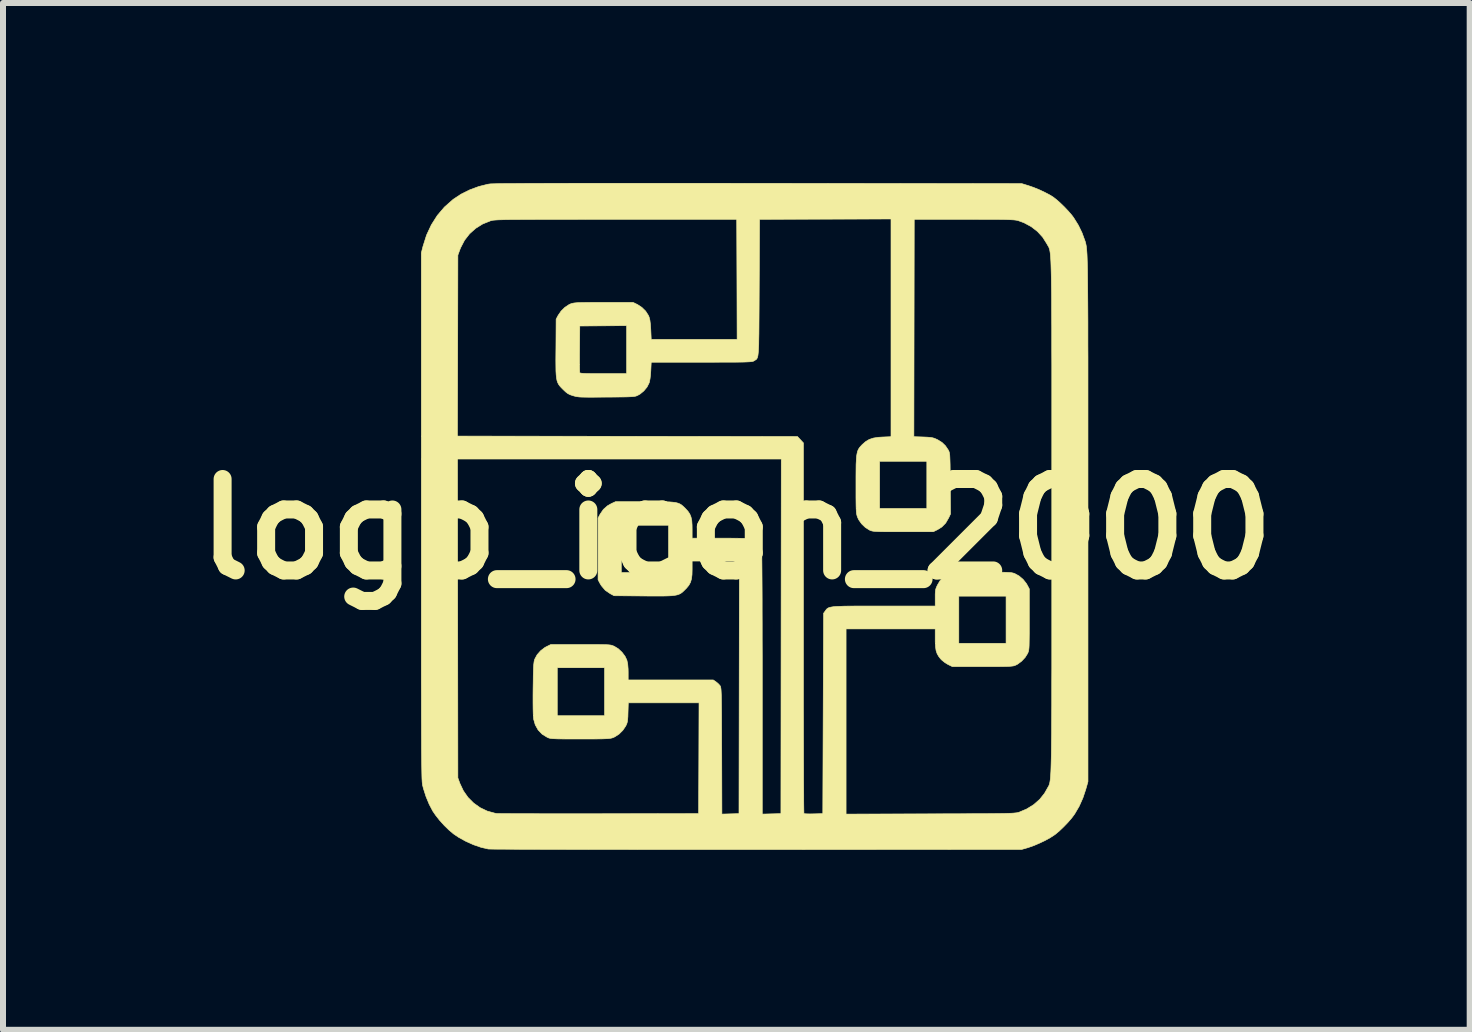
<source format=kicad_pcb>
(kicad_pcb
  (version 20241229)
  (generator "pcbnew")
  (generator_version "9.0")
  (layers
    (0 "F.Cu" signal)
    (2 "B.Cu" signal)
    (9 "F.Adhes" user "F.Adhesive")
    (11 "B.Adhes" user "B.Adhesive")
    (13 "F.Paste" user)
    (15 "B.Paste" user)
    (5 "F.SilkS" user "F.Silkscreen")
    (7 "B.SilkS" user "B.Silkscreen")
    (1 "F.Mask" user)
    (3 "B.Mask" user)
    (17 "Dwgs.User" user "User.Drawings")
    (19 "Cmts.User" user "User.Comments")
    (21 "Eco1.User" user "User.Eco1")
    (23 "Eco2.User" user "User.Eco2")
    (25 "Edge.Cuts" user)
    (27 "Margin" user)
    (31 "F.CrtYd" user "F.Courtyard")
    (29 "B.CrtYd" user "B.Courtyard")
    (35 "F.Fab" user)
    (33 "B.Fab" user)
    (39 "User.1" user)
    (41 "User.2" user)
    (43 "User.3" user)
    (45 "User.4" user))
  (footprint "logo_icon_2000"
    (layer "F.Cu")
    (at 9.224 5.769)
    (property "Reference" "logo_icon_2000" (at 0 0 0) (layer "F.SilkS") (effects (font (size 1.524 1.524) (thickness 0.3))))
    (attr through_hole)
    (fp_poly (pts (xy -1.346 -5.764) (xy -1.005 -5.764) (xy -0.642 -5.764) (xy -0.254 -5.764) (xy 0.159 -5.763) (xy 0.368 -5.763) (xy 4.756 -5.759) (xy 4.87 -5.724) (xy 4.954 -5.695) (xy 5.045 -5.658) (xy 5.135 -5.616) (xy 5.216 -5.574) (xy 5.28 -5.535) (xy 5.28 -5.535) (xy 5.337 -5.491) (xy 5.402 -5.433) (xy 5.47 -5.367) (xy 5.535 -5.298) (xy 5.591 -5.233) (xy 5.623 -5.19) (xy 5.701 -5.065) (xy 5.762 -4.939) (xy 5.795 -4.849) (xy 5.801 -4.832) (xy 5.807 -4.817) (xy 5.812 -4.802) (xy 5.817 -4.788) (xy 5.821 -4.773) (xy 5.825 -4.756) (xy 5.829 -4.737) (xy 5.833 -4.715) (xy 5.836 -4.689) (xy 5.839 -4.658) (xy 5.842 -4.622) (xy 5.845 -4.579) (xy 5.847 -4.53) (xy 5.849 -4.472) (xy 5.851 -4.405) (xy 5.853 -4.329) (xy 5.854 -4.242) (xy 5.855 -4.144) (xy 5.856 -4.034) (xy 5.857 -3.911) (xy 5.858 -3.774) (xy 5.859 -3.623) (xy 5.86 -3.457) (xy 5.86 -3.275) (xy 5.86 -3.075) (xy 5.861 -2.858) (xy 5.861 -2.623) (xy 5.861 -2.368) (xy 5.861 -2.093) (xy 5.861 -1.797) (xy 5.861 -1.479) (xy 5.861 -1.139) (xy 5.861 -0.775) (xy 5.861 -0.387) (xy 5.861 -0.191) (xy 5.861 4.21) (xy 5.825 4.337) (xy 5.777 4.481) (xy 5.715 4.62) (xy 5.643 4.743) (xy 5.638 4.751) (xy 5.59 4.816) (xy 5.528 4.888) (xy 5.458 4.961) (xy 5.388 5.028) (xy 5.322 5.084) (xy 5.3 5.1) (xy 5.232 5.144) (xy 5.147 5.191) (xy 5.054 5.235) (xy 4.961 5.275) (xy 4.876 5.305) (xy 4.858 5.311) (xy 4.756 5.34) (xy 0.343 5.342) (xy 0.009 5.342) (xy -0.319 5.342) (xy -0.639 5.342) (xy -0.952 5.342) (xy -1.255 5.342) (xy -1.549 5.342) (xy -1.832 5.341) (xy -2.103 5.341) (xy -2.361 5.341) (xy -2.605 5.34) (xy -2.835 5.34) (xy -3.049 5.339) (xy -3.247 5.339) (xy -3.428 5.338) (xy -3.59 5.338) (xy -3.733 5.337) (xy -3.856 5.336) (xy -3.958 5.336) (xy -4.038 5.335) (xy -4.094 5.334) (xy -4.127 5.333) (xy -4.135 5.333) (xy -4.255 5.305) (xy -4.383 5.261) (xy -4.51 5.204) (xy -4.628 5.139) (xy -4.714 5.081) (xy -4.79 5.017) (xy -4.869 4.94) (xy -4.946 4.855) (xy -5.012 4.771) (xy -5.06 4.701) (xy -5.12 4.587) (xy -5.173 4.459) (xy -5.215 4.328) (xy -5.23 4.27) (xy -5.232 4.26) (xy -5.233 4.248) (xy -5.235 4.233) (xy -5.237 4.215) (xy -5.238 4.191) (xy -5.24 4.163) (xy -5.241 4.128) (xy -5.242 4.087) (xy -5.243 4.038) (xy -5.244 3.98) (xy -5.245 3.913) (xy -5.246 3.836) (xy -5.247 3.748) (xy -5.248 3.648) (xy -5.248 3.536) (xy -5.249 3.41) (xy -5.249 3.271) (xy -5.25 3.116) (xy -5.25 2.946) (xy -5.25 2.759) (xy -5.251 2.554) (xy -5.251 2.332) (xy -5.251 2.091) (xy -5.251 1.83) (xy -5.251 1.548) (xy -5.251 1.245) (xy -5.251 0.92) (xy -5.251 0.572) (xy -5.251 0.2) (xy -5.251 -0.197) (xy -5.251 -1.168) (xy -4.648 -1.168) (xy -4.642 4.147) (xy -4.608 4.24) (xy -4.55 4.363) (xy -4.473 4.473) (xy -4.379 4.567) (xy -4.271 4.644) (xy -4.152 4.701) (xy -4.024 4.736) (xy -3.994 4.741) (xy -3.977 4.742) (xy -3.936 4.742) (xy -3.873 4.743) (xy -3.788 4.743) (xy -3.685 4.744) (xy -3.564 4.744) (xy -3.426 4.744) (xy -3.274 4.745) (xy -3.109 4.745) (xy -2.932 4.745) (xy -2.745 4.745) (xy -2.549 4.745) (xy -2.347 4.745) (xy -2.292 4.745) (xy -0.629 4.743) (xy -0.625 3.82) (xy -0.622 2.896) (xy -1.801 2.896) (xy -1.806 3.058) (xy -1.808 3.127) (xy -1.812 3.177) (xy -1.817 3.214) (xy -1.826 3.244) (xy -1.839 3.273) (xy -1.844 3.283) (xy -1.892 3.354) (xy -1.955 3.417) (xy -2.026 3.463) (xy -2.052 3.475) (xy -2.069 3.481) (xy -2.089 3.486) (xy -2.113 3.49) (xy -2.144 3.493) (xy -2.185 3.495) (xy -2.238 3.497) (xy -2.307 3.498) (xy -2.393 3.499) (xy -2.5 3.499) (xy -2.603 3.499) (xy -2.728 3.499) (xy -2.83 3.499) (xy -2.912 3.498) (xy -2.976 3.497) (xy -3.026 3.495) (xy -3.063 3.493) (xy -3.091 3.49) (xy -3.113 3.486) (xy -3.13 3.481) (xy -3.145 3.474) (xy -3.151 3.472) (xy -3.237 3.419) (xy -3.304 3.349) (xy -3.352 3.263) (xy -3.379 3.169) (xy -3.383 3.133) (xy -3.386 3.074) (xy -3.388 2.993) (xy -3.389 2.892) (xy -3.389 2.773) (xy -3.388 2.663) (xy -3.386 2.543) (xy -3.385 2.446) (xy -3.383 2.369) (xy -3.381 2.311) (xy -2.985 2.311) (xy -2.985 3.111) (xy -2.197 3.111) (xy -2.197 2.311) (xy -2.985 2.311) (xy -3.381 2.311) (xy -3.381 2.309) (xy -3.378 2.263) (xy -3.374 2.228) (xy -3.37 2.201) (xy -3.364 2.18) (xy -3.361 2.169) (xy -3.321 2.095) (xy -3.262 2.028) (xy -3.19 1.973) (xy -3.165 1.96) (xy -3.092 1.924) (xy -2.597 1.924) (xy -2.472 1.924) (xy -2.37 1.924) (xy -2.287 1.925) (xy -2.222 1.926) (xy -2.172 1.927) (xy -2.134 1.929) (xy -2.105 1.932) (xy -2.083 1.936) (xy -2.065 1.942) (xy -2.049 1.948) (xy -2.035 1.954) (xy -1.968 1.995) (xy -1.906 2.053) (xy -1.856 2.119) (xy -1.825 2.184) (xy -1.811 2.248) (xy -1.804 2.333) (xy -1.803 2.383) (xy -1.803 2.515) (xy -0.385 2.515) (xy -0.343 2.543) (xy -0.307 2.572) (xy -0.276 2.605) (xy -0.274 2.608) (xy -0.269 2.614) (xy -0.265 2.622) (xy -0.262 2.632) (xy -0.259 2.647) (xy -0.256 2.668) (xy -0.254 2.696) (xy -0.252 2.734) (xy -0.25 2.782) (xy -0.249 2.843) (xy -0.248 2.919) (xy -0.247 3.01) (xy -0.246 3.119) (xy -0.246 3.248) (xy -0.245 3.397) (xy -0.245 3.569) (xy -0.244 3.697) (xy -0.241 4.751) (xy -0.098 4.747) (xy 0.044 4.743) (xy 0.051 0.533) (xy -0.737 0.533) (xy -0.737 0.671) (xy -0.739 0.76) (xy -0.748 0.83) (xy -0.764 0.886) (xy -0.791 0.936) (xy -0.83 0.984) (xy -0.85 1.004) (xy -0.877 1.031) (xy -0.902 1.054) (xy -0.927 1.072) (xy -0.955 1.086) (xy -0.988 1.097) (xy -1.029 1.105) (xy -1.08 1.111) (xy -1.145 1.114) (xy -1.225 1.116) (xy -1.324 1.116) (xy -1.443 1.116) (xy -1.545 1.115) (xy -2.038 1.111) (xy -2.102 1.077) (xy -2.185 1.02) (xy -2.25 0.944) (xy -2.275 0.902) (xy -2.305 0.845) (xy -2.305 -0.064) (xy -1.918 -0.064) (xy -1.918 0.724) (xy -1.13 0.724) (xy -1.13 -0.064) (xy -1.918 -0.064) (xy -2.305 -0.064) (xy -2.305 -0.184) (xy -2.271 -0.248) (xy -2.217 -0.327) (xy -2.148 -0.388) (xy -2.083 -0.425) (xy -2.013 -0.457) (xy -1.529 -0.457) (xy -1.395 -0.457) (xy -1.283 -0.457) (xy -1.191 -0.455) (xy -1.117 -0.453) (xy -1.058 -0.448) (xy -1.011 -0.442) (xy -0.973 -0.432) (xy -0.943 -0.42) (xy -0.916 -0.404) (xy -0.892 -0.384) (xy -0.866 -0.36) (xy -0.85 -0.344) (xy -0.807 -0.297) (xy -0.776 -0.251) (xy -0.756 -0.202) (xy -0.743 -0.143) (xy -0.738 -0.068) (xy -0.737 0.002) (xy -0.737 0.152) (xy -0.235 0.152) (xy -0.102 0.152) (xy 0.009 0.153) (xy 0.098 0.154) (xy 0.17 0.156) (xy 0.226 0.159) (xy 0.269 0.163) (xy 0.302 0.169) (xy 0.326 0.177) (xy 0.345 0.188) (xy 0.36 0.2) (xy 0.375 0.216) (xy 0.377 0.217) (xy 0.398 0.25) (xy 0.416 0.291) (xy 0.418 0.298) (xy 0.42 0.315) (xy 0.422 0.35) (xy 0.423 0.405) (xy 0.425 0.479) (xy 0.426 0.573) (xy 0.427 0.688) (xy 0.428 0.824) (xy 0.429 0.982) (xy 0.43 1.162) (xy 0.43 1.365) (xy 0.431 1.591) (xy 0.431 1.84) (xy 0.432 2.114) (xy 0.432 2.413) (xy 0.432 2.55) (xy 0.432 4.751) (xy 0.587 4.747) (xy 0.743 4.743) (xy 0.746 1.788) (xy 0.749 -1.168) (xy -4.648 -1.168) (xy -5.251 -1.168) (xy -5.251 -1.55) (xy -4.649 -1.55) (xy -1.815 -1.546) (xy 1.018 -1.543) (xy 1.068 -1.49) (xy 1.118 -1.436) (xy 1.118 1.648) (xy 1.118 1.927) (xy 1.118 2.198) (xy 1.118 2.462) (xy 1.118 2.717) (xy 1.118 2.962) (xy 1.119 3.196) (xy 1.119 3.417) (xy 1.12 3.626) (xy 1.12 3.82) (xy 1.121 3.999) (xy 1.121 4.161) (xy 1.122 4.305) (xy 1.123 4.431) (xy 1.123 4.537) (xy 1.124 4.622) (xy 1.125 4.686) (xy 1.126 4.726) (xy 1.126 4.741) (xy 1.126 4.742) (xy 1.142 4.745) (xy 1.177 4.747) (xy 1.228 4.748) (xy 1.288 4.747) (xy 1.288 4.747) (xy 1.441 4.743) (xy 1.454 1.403) (xy 1.483 1.364) (xy 1.494 1.348) (xy 1.504 1.335) (xy 1.517 1.324) (xy 1.533 1.314) (xy 1.554 1.306) (xy 1.582 1.3) (xy 1.619 1.294) (xy 1.666 1.29) (xy 1.727 1.288) (xy 1.801 1.285) (xy 1.892 1.284) (xy 2.001 1.283) (xy 2.13 1.283) (xy 2.28 1.283) (xy 2.454 1.283) (xy 2.464 1.283) (xy 3.315 1.283) (xy 3.315 1.145) (xy 3.315 1.118) (xy 3.708 1.118) (xy 3.708 1.905) (xy 4.496 1.905) (xy 4.496 1.118) (xy 3.708 1.118) (xy 3.315 1.118) (xy 3.315 1.082) (xy 3.318 1.037) (xy 3.323 1.003) (xy 3.334 0.972) (xy 3.35 0.937) (xy 3.354 0.93) (xy 3.393 0.864) (xy 3.44 0.814) (xy 3.501 0.772) (xy 3.543 0.75) (xy 3.613 0.718) (xy 4.096 0.718) (xy 4.22 0.718) (xy 4.322 0.718) (xy 4.404 0.719) (xy 4.469 0.72) (xy 4.519 0.722) (xy 4.558 0.724) (xy 4.587 0.727) (xy 4.609 0.732) (xy 4.628 0.737) (xy 4.641 0.742) (xy 4.712 0.781) (xy 4.779 0.838) (xy 4.834 0.907) (xy 4.849 0.933) (xy 4.883 0.997) (xy 4.883 1.505) (xy 4.883 1.632) (xy 4.883 1.736) (xy 4.882 1.821) (xy 4.881 1.887) (xy 4.88 1.939) (xy 4.878 1.978) (xy 4.875 2.007) (xy 4.871 2.029) (xy 4.866 2.047) (xy 4.86 2.062) (xy 4.856 2.072) (xy 4.814 2.139) (xy 4.755 2.202) (xy 4.688 2.252) (xy 4.663 2.265) (xy 4.647 2.272) (xy 4.631 2.278) (xy 4.612 2.282) (xy 4.587 2.285) (xy 4.554 2.288) (xy 4.51 2.29) (xy 4.452 2.291) (xy 4.379 2.292) (xy 4.286 2.292) (xy 4.172 2.292) (xy 4.102 2.292) (xy 3.6 2.292) (xy 3.528 2.257) (xy 3.477 2.226) (xy 3.427 2.186) (xy 3.405 2.164) (xy 3.371 2.12) (xy 3.346 2.075) (xy 3.329 2.024) (xy 3.32 1.962) (xy 3.315 1.882) (xy 3.315 1.827) (xy 3.315 1.664) (xy 1.829 1.664) (xy 1.829 4.751) (xy 3.235 4.747) (xy 3.455 4.746) (xy 3.651 4.746) (xy 3.825 4.745) (xy 3.977 4.744) (xy 4.11 4.744) (xy 4.225 4.743) (xy 4.323 4.742) (xy 4.406 4.741) (xy 4.475 4.74) (xy 4.532 4.738) (xy 4.578 4.737) (xy 4.615 4.735) (xy 4.644 4.732) (xy 4.667 4.73) (xy 4.684 4.727) (xy 4.698 4.724) (xy 4.71 4.72) (xy 4.712 4.72) (xy 4.841 4.665) (xy 4.957 4.593) (xy 5.056 4.506) (xy 5.136 4.406) (xy 5.172 4.343) (xy 5.18 4.328) (xy 5.187 4.316) (xy 5.194 4.304) (xy 5.2 4.294) (xy 5.206 4.283) (xy 5.212 4.27) (xy 5.217 4.256) (xy 5.222 4.24) (xy 5.226 4.219) (xy 5.23 4.195) (xy 5.234 4.165) (xy 5.237 4.129) (xy 5.24 4.086) (xy 5.243 4.036) (xy 5.245 3.977) (xy 5.247 3.91) (xy 5.249 3.832) (xy 5.251 3.743) (xy 5.252 3.643) (xy 5.253 3.53) (xy 5.255 3.404) (xy 5.255 3.264) (xy 5.256 3.109) (xy 5.257 2.939) (xy 5.257 2.752) (xy 5.257 2.547) (xy 5.258 2.325) (xy 5.258 2.083) (xy 5.258 1.822) (xy 5.258 1.541) (xy 5.258 1.238) (xy 5.258 0.912) (xy 5.258 0.564) (xy 5.258 0.192) (xy 5.258 -0.204) (xy 5.258 -0.21) (xy 5.258 -0.606) (xy 5.258 -0.979) (xy 5.258 -1.327) (xy 5.258 -1.652) (xy 5.258 -1.956) (xy 5.258 -2.238) (xy 5.258 -2.499) (xy 5.258 -2.741) (xy 5.257 -2.963) (xy 5.257 -3.168) (xy 5.257 -3.355) (xy 5.256 -3.526) (xy 5.255 -3.681) (xy 5.255 -3.821) (xy 5.254 -3.947) (xy 5.252 -4.06) (xy 5.251 -4.161) (xy 5.249 -4.249) (xy 5.247 -4.327) (xy 5.245 -4.395) (xy 5.243 -4.454) (xy 5.24 -4.504) (xy 5.237 -4.547) (xy 5.234 -4.583) (xy 5.23 -4.613) (xy 5.226 -4.637) (xy 5.222 -4.658) (xy 5.217 -4.674) (xy 5.212 -4.689) (xy 5.207 -4.701) (xy 5.201 -4.712) (xy 5.195 -4.722) (xy 5.188 -4.733) (xy 5.181 -4.746) (xy 5.173 -4.76) (xy 5.106 -4.866) (xy 5.019 -4.961) (xy 4.914 -5.042) (xy 4.795 -5.106) (xy 4.705 -5.139) (xy 4.689 -5.144) (xy 4.67 -5.148) (xy 4.648 -5.151) (xy 4.62 -5.154) (xy 4.584 -5.156) (xy 4.539 -5.158) (xy 4.482 -5.16) (xy 4.411 -5.161) (xy 4.324 -5.162) (xy 4.22 -5.162) (xy 4.096 -5.162) (xy 3.951 -5.163) (xy 3.797 -5.163) (xy 2.965 -5.163) (xy 2.962 -3.351) (xy 2.959 -1.54) (xy 3.116 -1.535) (xy 3.184 -1.532) (xy 3.233 -1.528) (xy 3.27 -1.522) (xy 3.302 -1.513) (xy 3.336 -1.498) (xy 3.357 -1.488) (xy 3.428 -1.444) (xy 3.485 -1.389) (xy 3.534 -1.316) (xy 3.538 -1.308) (xy 3.544 -1.295) (xy 3.549 -1.28) (xy 3.553 -1.26) (xy 3.557 -1.232) (xy 3.559 -1.193) (xy 3.561 -1.143) (xy 3.563 -1.076) (xy 3.564 -0.993) (xy 3.565 -0.888) (xy 3.566 -0.762) (xy 3.566 -0.758) (xy 3.57 -0.252) (xy 3.539 -0.186) (xy 3.489 -0.1) (xy 3.425 -0.035) (xy 3.355 0.009) (xy 3.283 0.044) (xy 2.781 0.044) (xy 2.655 0.044) (xy 2.552 0.044) (xy 2.468 0.044) (xy 2.402 0.043) (xy 2.352 0.041) (xy 2.313 0.039) (xy 2.284 0.036) (xy 2.262 0.032) (xy 2.245 0.027) (xy 2.229 0.021) (xy 2.22 0.017) (xy 2.15 -0.027) (xy 2.087 -0.088) (xy 2.038 -0.158) (xy 2.02 -0.198) (xy 2.013 -0.217) (xy 2.008 -0.237) (xy 2.003 -0.26) (xy 2 -0.29) (xy 1.998 -0.328) (xy 1.996 -0.378) (xy 1.995 -0.443) (xy 1.994 -0.524) (xy 1.994 -0.626) (xy 1.994 -0.743) (xy 1.994 -0.877) (xy 1.995 -0.989) (xy 1.996 -1.08) (xy 1.999 -1.13) (xy 2.388 -1.13) (xy 2.388 -0.343) (xy 3.175 -0.343) (xy 3.175 -1.13) (xy 2.388 -1.13) (xy 1.999 -1.13) (xy 2 -1.154) (xy 2.004 -1.213) (xy 2.012 -1.26) (xy 2.021 -1.297) (xy 2.034 -1.328) (xy 2.05 -1.354) (xy 2.071 -1.379) (xy 2.095 -1.405) (xy 2.099 -1.409) (xy 2.155 -1.458) (xy 2.215 -1.494) (xy 2.284 -1.517) (xy 2.368 -1.53) (xy 2.435 -1.534) (xy 2.578 -1.54) (xy 2.578 -5.169) (xy 0.387 -5.163) (xy 0.381 -4.026) (xy 0.38 -3.827) (xy 0.379 -3.652) (xy 0.378 -3.499) (xy 0.377 -3.367) (xy 0.376 -3.254) (xy 0.374 -3.159) (xy 0.373 -3.079) (xy 0.37 -3.014) (xy 0.367 -2.962) (xy 0.363 -2.92) (xy 0.359 -2.889) (xy 0.353 -2.865) (xy 0.346 -2.848) (xy 0.339 -2.835) (xy 0.329 -2.826) (xy 0.319 -2.819) (xy 0.307 -2.812) (xy 0.296 -2.805) (xy 0.288 -2.8) (xy 0.277 -2.796) (xy 0.263 -2.793) (xy 0.242 -2.79) (xy 0.214 -2.788) (xy 0.175 -2.786) (xy 0.125 -2.784) (xy 0.062 -2.783) (xy -0.018 -2.782) (xy -0.114 -2.782) (xy -0.229 -2.782) (xy -0.366 -2.781) (xy -0.526 -2.781) (xy -0.579 -2.781) (xy -1.419 -2.781) (xy -1.426 -2.638) (xy -1.431 -2.567) (xy -1.439 -2.502) (xy -1.449 -2.452) (xy -1.454 -2.436) (xy -1.489 -2.367) (xy -1.542 -2.303) (xy -1.605 -2.251) (xy -1.635 -2.234) (xy -1.651 -2.226) (xy -1.667 -2.219) (xy -1.685 -2.214) (xy -1.709 -2.21) (xy -1.741 -2.207) (xy -1.783 -2.205) (xy -1.838 -2.203) (xy -1.91 -2.202) (xy -2 -2.201) (xy -2.112 -2.2) (xy -2.164 -2.2) (xy -2.286 -2.199) (xy -2.386 -2.198) (xy -2.466 -2.198) (xy -2.529 -2.199) (xy -2.579 -2.2) (xy -2.617 -2.202) (xy -2.648 -2.206) (xy -2.674 -2.21) (xy -2.697 -2.216) (xy -2.721 -2.223) (xy -2.722 -2.223) (xy -2.77 -2.239) (xy -2.808 -2.258) (xy -2.844 -2.285) (xy -2.887 -2.326) (xy -2.89 -2.329) (xy -2.919 -2.358) (xy -2.943 -2.385) (xy -2.962 -2.411) (xy -2.977 -2.44) (xy -2.989 -2.474) (xy -2.997 -2.516) (xy -3.003 -2.568) (xy -3.007 -2.634) (xy -3.008 -2.715) (xy -3.009 -2.815) (xy -3.009 -2.819) (xy -2.614 -2.819) (xy -2.614 -2.742) (xy -2.613 -2.679) (xy -2.612 -2.634) (xy -2.611 -2.61) (xy -2.61 -2.607) (xy -2.603 -2.602) (xy -2.583 -2.598) (xy -2.549 -2.595) (xy -2.498 -2.593) (xy -2.429 -2.592) (xy -2.339 -2.591) (xy -2.225 -2.591) (xy -2.217 -2.591) (xy -1.829 -2.591) (xy -1.829 -3.391) (xy -2.61 -3.385) (xy -2.613 -3.004) (xy -2.614 -2.907) (xy -2.614 -2.819) (xy -3.009 -2.819) (xy -3.008 -2.936) (xy -3.007 -3.025) (xy -3.004 -3.499) (xy -2.97 -3.563) (xy -2.921 -3.634) (xy -2.858 -3.696) (xy -2.787 -3.743) (xy -2.762 -3.754) (xy -2.744 -3.76) (xy -2.724 -3.765) (xy -2.7 -3.769) (xy -2.669 -3.772) (xy -2.628 -3.775) (xy -2.575 -3.776) (xy -2.506 -3.777) (xy -2.42 -3.778) (xy -2.313 -3.778) (xy -2.21 -3.778) (xy -1.721 -3.778) (xy -1.648 -3.743) (xy -1.575 -3.695) (xy -1.512 -3.633) (xy -1.466 -3.561) (xy -1.454 -3.533) (xy -1.441 -3.483) (xy -1.432 -3.411) (xy -1.426 -3.32) (xy -1.426 -3.318) (xy -1.419 -3.162) (xy -0.703 -3.162) (xy 0.013 -3.162) (xy 0.01 -4.162) (xy 0.006 -5.163) (xy -2.007 -5.163) (xy -2.272 -5.163) (xy -2.513 -5.163) (xy -2.73 -5.162) (xy -2.926 -5.162) (xy -3.102 -5.162) (xy -3.258 -5.162) (xy -3.396 -5.161) (xy -3.517 -5.161) (xy -3.623 -5.16) (xy -3.713 -5.16) (xy -3.791 -5.159) (xy -3.856 -5.158) (xy -3.911 -5.156) (xy -3.955 -5.155) (xy -3.992 -5.153) (xy -4.021 -5.151) (xy -4.044 -5.149) (xy -4.062 -5.147) (xy -4.076 -5.144) (xy -4.088 -5.141) (xy -4.096 -5.139) (xy -4.228 -5.086) (xy -4.345 -5.013) (xy -4.447 -4.922) (xy -4.531 -4.814) (xy -4.595 -4.691) (xy -4.608 -4.659) (xy -4.642 -4.566) (xy -4.645 -3.058) (xy -4.649 -1.55) (xy -5.251 -1.55) (xy -5.251 -4.604) (xy -5.223 -4.714) (xy -5.164 -4.9) (xy -5.084 -5.071) (xy -4.985 -5.227) (xy -4.866 -5.367) (xy -4.728 -5.489) (xy -4.714 -5.5) (xy -4.588 -5.583) (xy -4.445 -5.654) (xy -4.294 -5.71) (xy -4.143 -5.748) (xy -4.115 -5.752) (xy -4.099 -5.754) (xy -4.07 -5.755) (xy -4.027 -5.756) (xy -3.97 -5.758) (xy -3.898 -5.759) (xy -3.81 -5.76) (xy -3.706 -5.76) (xy -3.586 -5.761) (xy -3.449 -5.762) (xy -3.294 -5.762) (xy -3.12 -5.763) (xy -2.928 -5.763) (xy -2.716 -5.764) (xy -2.484 -5.764) (xy -2.232 -5.764) (xy -1.958 -5.764) (xy -1.663 -5.764) (xy -1.346 -5.764)) (stroke (width 0.01) (type solid)) (fill yes) (layer "F.SilkS")))
  (gr_rect
    (start -3 -3)
    (end 21.448 14.116)
    (stroke (width 0.1) (type default))
    (fill no)
    (layer "Edge.Cuts")))
</source>
